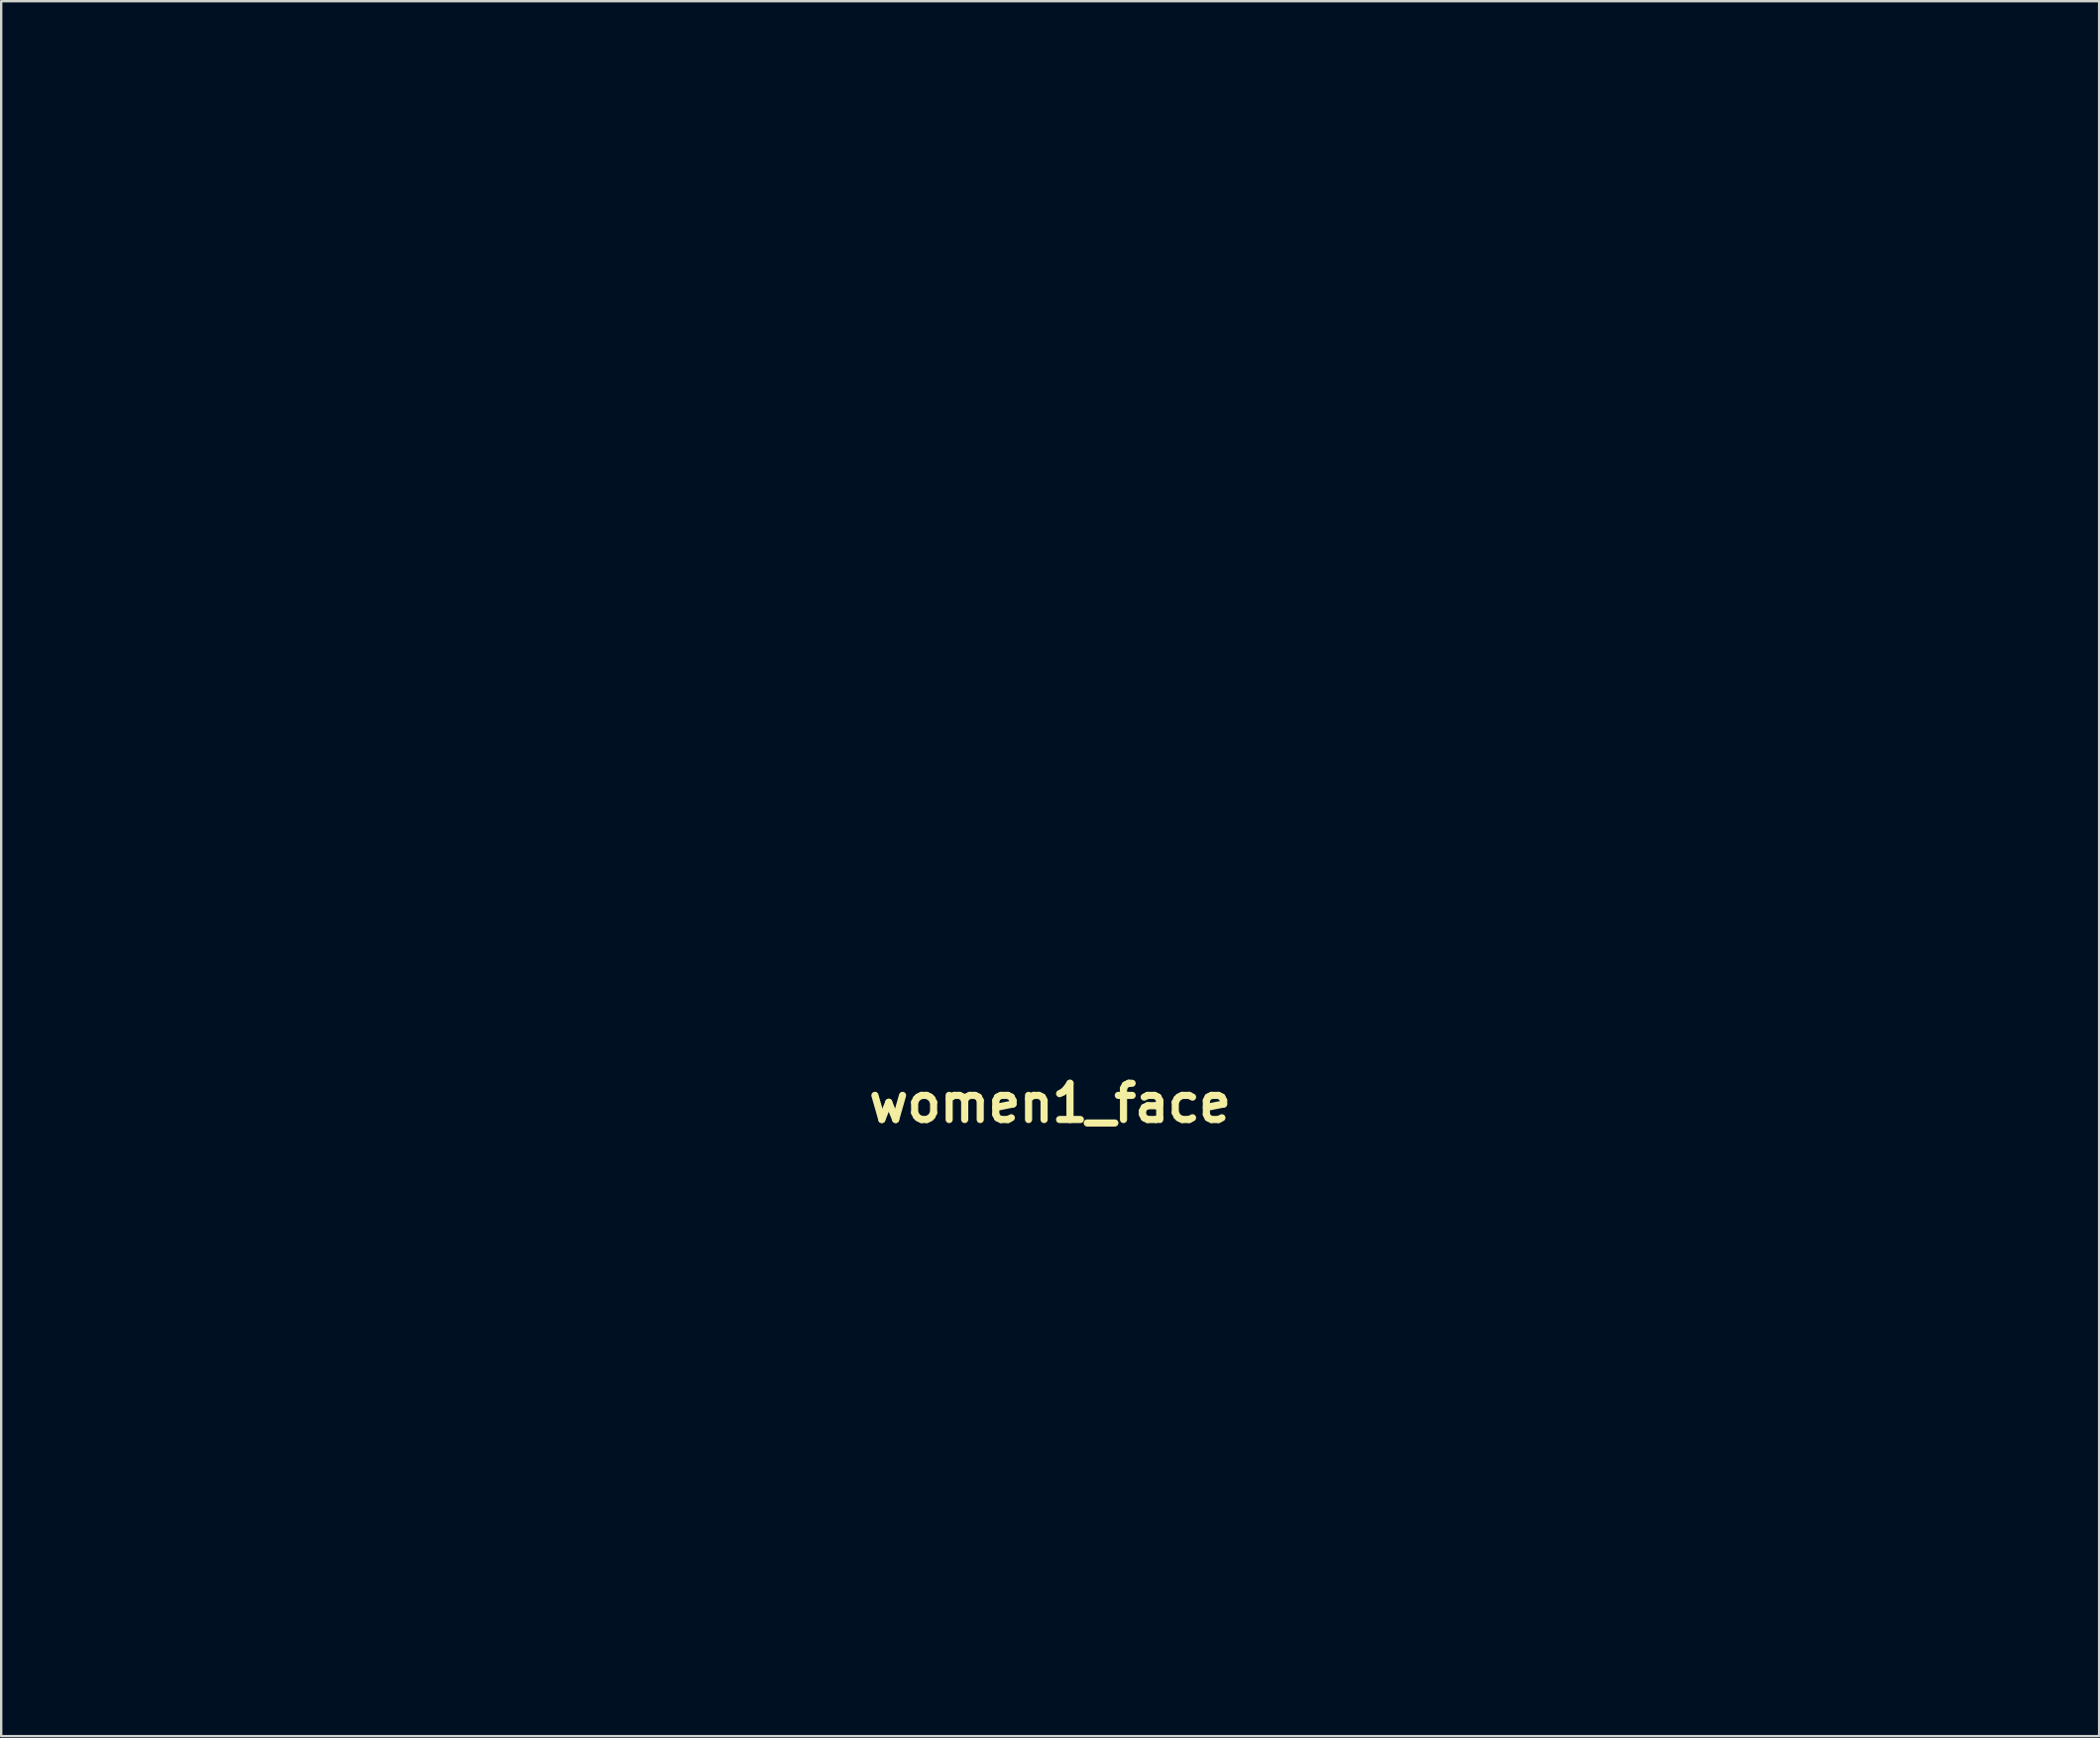
<source format=kicad_pcb>
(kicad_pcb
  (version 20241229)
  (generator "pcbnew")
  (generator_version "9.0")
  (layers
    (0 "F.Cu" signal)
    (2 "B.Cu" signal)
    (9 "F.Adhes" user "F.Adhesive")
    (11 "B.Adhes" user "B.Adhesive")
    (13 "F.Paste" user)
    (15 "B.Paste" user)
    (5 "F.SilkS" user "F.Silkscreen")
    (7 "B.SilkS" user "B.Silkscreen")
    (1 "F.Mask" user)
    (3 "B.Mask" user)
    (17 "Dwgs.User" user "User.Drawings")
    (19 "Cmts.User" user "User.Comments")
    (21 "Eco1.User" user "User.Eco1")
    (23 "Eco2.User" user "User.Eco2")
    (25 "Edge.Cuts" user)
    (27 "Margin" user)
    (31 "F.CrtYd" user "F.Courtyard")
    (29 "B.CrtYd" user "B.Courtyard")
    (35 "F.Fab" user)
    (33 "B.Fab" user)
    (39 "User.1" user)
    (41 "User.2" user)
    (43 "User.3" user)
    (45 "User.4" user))
  (footprint "women1_face"
    (layer "F.Cu")
    (at 41.101 43.336)
    (property "Reference" "women1_face" (at 0 0 0) (layer "F.SilkS") (effects (font (size 1.524 1.524) (thickness 0.3))))
    (attr through_hole)
    (fp_poly (pts (xy -12.285 -42.983) (xy -11.717 -42.245) (xy -11.144 -41.479) (xy -10.2 -40.403) (xy -9.017 -39.148) (xy -7.726 -37.847) (xy -6.459 -36.63) (xy -5.349 -35.632) (xy -4.527 -34.982) (xy -4.35 -34.871) (xy -2.263 -33.728) (xy -0.707 -32.9) (xy 0.382 -32.356) (xy 1.071 -32.063) (xy 1.425 -31.99) (xy 1.501 -32.03) (xy 1.646 -32.47) (xy 1.903 -33.428) (xy 2.228 -34.736) (xy 2.4 -35.461) (xy 2.751 -36.881) (xy 3.072 -38.034) (xy 3.314 -38.751) (xy 3.389 -38.893) (xy 3.731 -38.788) (xy 4.43 -38.281) (xy 5.36 -37.469) (xy 5.757 -37.091) (xy 7.762 -35.162) (xy 9.453 -33.608) (xy 10.993 -32.295) (xy 12.542 -31.087) (xy 14.263 -29.85) (xy 15.446 -29.037) (xy 16.979 -27.995) (xy 18.381 -27.039) (xy 19.514 -26.262) (xy 20.24 -25.761) (xy 20.323 -25.703) (xy 21.055 -25.249) (xy 21.554 -25.048) (xy 21.568 -25.047) (xy 22.04 -24.807) (xy 22.25 -24.593) (xy 22.703 -24.24) (xy 23.615 -23.67) (xy 24.827 -22.979) (xy 25.529 -22.601) (xy 26.981 -21.8) (xy 27.932 -21.142) (xy 28.504 -20.475) (xy 28.822 -19.651) (xy 29.009 -18.519) (xy 29.03 -18.344) (xy 29.254 -16.446) (xy 29.415 -15.143) (xy 29.53 -14.332) (xy 29.614 -13.907) (xy 29.681 -13.763) (xy 29.696 -13.758) (xy 30.042 -13.921) (xy 30.759 -14.328) (xy 31.08 -14.521) (xy 32.764 -15.17) (xy 34.672 -15.316) (xy 36.553 -14.97) (xy 38.025 -14.24) (xy 39.466 -12.862) (xy 40.469 -11.177) (xy 41.018 -9.325) (xy 41.099 -7.447) (xy 40.694 -5.683) (xy 39.788 -4.172) (xy 39.225 -3.623) (xy 37.892 -2.519) (xy 36.956 -1.776) (xy 36.268 -1.329) (xy 35.676 -1.113) (xy 35.032 -1.063) (xy 34.184 -1.115) (xy 33.544 -1.165) (xy 32.217 -1.273) (xy 31.093 -1.381) (xy 30.41 -1.466) (xy 30.398 -1.468) (xy 30.025 -1.433) (xy 29.733 -1.085) (xy 29.452 -0.29) (xy 29.159 0.882) (xy 28.774 2.407) (xy 28.341 3.914) (xy 28.003 4.939) (xy 27.58 6.124) (xy 27.215 7.202) (xy 27.121 7.495) (xy 26.701 8.48) (xy 26.112 9.489) (xy 26.111 9.49) (xy 25.638 10.236) (xy 25.405 10.728) (xy 25.4 10.764) (xy 25.209 11.17) (xy 24.616 11.924) (xy 23.588 13.062) (xy 22.093 14.622) (xy 21.397 15.331) (xy 18.498 17.856) (xy 15.368 19.804) (xy 12.111 21.114) (xy 11.957 21.159) (xy 10.59 21.579) (xy 9.318 22.019) (xy 8.524 22.339) (xy 7.323 22.738) (xy 5.631 23.092) (xy 3.642 23.375) (xy 1.553 23.558) (xy -0.441 23.613) (xy -0.443 23.613) (xy -1.957 23.508) (xy -3.822 23.247) (xy -5.729 22.876) (xy -6.35 22.729) (xy -8.744 22.085) (xy -10.866 21.431) (xy -12.61 20.805) (xy -13.868 20.244) (xy -14.443 19.876) (xy -15.019 19.486) (xy -15.283 19.403) (xy -15.903 19.163) (xy -16.884 18.512) (xy -18.114 17.547) (xy -19.479 16.369) (xy -20.868 15.076) (xy -22.17 13.769) (xy -23.271 12.546) (xy -23.844 11.818) (xy -25.012 10.177) (xy -25.814 8.967) (xy -26.245 8.202) (xy -6.854 8.202) (xy -6.539 8.97) (xy -5.73 9.864) (xy -4.58 10.782) (xy -3.246 11.62) (xy -1.88 12.275) (xy -0.638 12.641) (xy -0.172 12.685) (xy 0.795 12.585) (xy 2.005 12.323) (xy 2.456 12.194) (xy 3.61 11.698) (xy 4.792 10.972) (xy 5.861 10.134) (xy 6.674 9.302) (xy 7.09 8.597) (xy 7.099 8.306) (xy 6.688 7.885) (xy 5.97 8.025) (xy 5.028 8.705) (xy 4.891 8.833) (xy 3.072 10.162) (xy 1.103 10.83) (xy -0.921 10.836) (xy -2.906 10.179) (xy -4.658 8.952) (xy -5.691 8.126) (xy -6.431 7.784) (xy -6.814 7.947) (xy -6.854 8.202) (xy -26.245 8.202) (xy -26.318 8.072) (xy -26.596 7.38) (xy -26.603 7.357) (xy -26.988 6.369) (xy -27.278 5.816) (xy -27.644 5.066) (xy -28.109 3.911) (xy -28.601 2.559) (xy -29.047 1.217) (xy -29.377 0.093) (xy -29.456 -0.296) (xy -1.443 -0.296) (xy -1.407 0.157) (xy -1.302 0.285) (xy -0.541 0.658) (xy 0.361 0.616) (xy 0.983 0.234) (xy 1.13 -0.238) (xy 0.755 -0.818) (xy 0.572 -1.003) (xy -0.22 -1.768) (xy -0.966 -0.952) (xy -1.443 -0.296) (xy -29.456 -0.296) (xy -29.518 -0.606) (xy -29.519 -0.639) (xy -29.605 -0.929) (xy -29.947 -1.108) (xy -30.673 -1.201) (xy -31.91 -1.234) (xy -32.522 -1.236) (xy -34.608 -1.327) (xy -36.215 -1.656) (xy -37.53 -2.299) (xy -38.744 -3.334) (xy -39.409 -4.066) (xy -40.585 -5.898) (xy -41.096 -7.822) (xy -40.943 -9.768) (xy -40.616 -10.531) (xy -16.359 -10.531) (xy -16.22 -10.002) (xy -15.916 -9.712) (xy -15.148 -9.469) (xy -14.443 -9.9) (xy -13.843 -10.973) (xy -13.711 -11.347) (xy -13.031 -12.713) (xy -12.085 -13.443) (xy -10.898 -13.521) (xy -10.477 -13.408) (xy -9.289 -12.823) (xy -8.595 -11.94) (xy -8.266 -10.846) (xy -8.012 -10.047) (xy -7.54 -9.739) (xy -7.022 -9.701) (xy -6.331 -9.781) (xy -6.022 -10.162) (xy -5.913 -10.936) (xy -5.925 -11.026) (xy 6.291 -11.026) (xy 6.292 -10.091) (xy 6.316 -10.017) (xy 6.763 -9.64) (xy 7.353 -9.525) (xy 7.97 -9.676) (xy 8.463 -10.234) (xy 8.854 -11.032) (xy 9.652 -12.552) (xy 10.49 -13.437) (xy 11.436 -13.755) (xy 11.557 -13.758) (xy 12.426 -13.467) (xy 13.332 -12.74) (xy 14.064 -11.802) (xy 14.411 -10.873) (xy 14.416 -10.76) (xy 14.687 -9.99) (xy 15.329 -9.575) (xy 16.093 -9.578) (xy 16.725 -10.062) (xy 16.787 -10.17) (xy 16.904 -10.804) (xy 16.673 -11.742) (xy 16.324 -12.586) (xy 15.22 -14.356) (xy 13.784 -15.557) (xy 12.213 -16.115) (xy 11.243 -16.46) (xy 10.675 -17.206) (xy 10.624 -17.328) (xy 10.212 -18.04) (xy 9.79 -18.344) (xy 9.783 -18.344) (xy 9.119 -18.042) (xy 8.751 -17.291) (xy 8.773 -16.447) (xy 8.802 -15.715) (xy 8.421 -14.996) (xy 7.938 -14.454) (xy 7.204 -13.456) (xy 6.625 -12.23) (xy 6.291 -11.026) (xy -5.925 -11.026) (xy -6.095 -12.385) (xy -6.501 -13.305) (xy -7.278 -14.257) (xy -8.351 -15.165) (xy -9.495 -15.871) (xy -10.484 -16.216) (xy -10.65 -16.228) (xy -11.359 -16.545) (xy -11.944 -17.284) (xy -12.44 -17.997) (xy -12.877 -18.338) (xy -12.915 -18.342) (xy -13.52 -18.052) (xy -13.808 -17.358) (xy -13.734 -16.757) (xy -13.711 -16.172) (xy -14.077 -15.402) (xy -14.838 -14.376) (xy -15.516 -13.508) (xy -15.94 -12.902) (xy -16.02 -12.7) (xy -15.987 -12.402) (xy -16.126 -11.662) (xy -16.185 -11.434) (xy -16.359 -10.531) (xy -40.616 -10.531) (xy -40.129 -11.666) (xy -39.104 -12.995) (xy -37.722 -14.272) (xy -36.391 -15.017) (xy -34.896 -15.35) (xy -34.839 -15.355) (xy -33.452 -15.318) (xy -31.978 -15.021) (xy -30.693 -14.538) (xy -29.99 -14.069) (xy -29.26 -13.364) (xy -29.009 -16.119) (xy -28.873 -17.516) (xy -28.74 -18.692) (xy -28.637 -19.426) (xy -28.624 -19.491) (xy -28.395 -20.584) (xy -28.234 -21.504) (xy -28.086 -22.598) (xy -27.994 -23.366) (xy -27.818 -24.491) (xy -27.663 -25.107) (xy -15.622 -25.107) (xy -15.29 -24.828) (xy -14.468 -24.762) (xy -13.067 -24.882) (xy -13.043 -24.885) (xy -11.596 -25.038) (xy -10.178 -25.156) (xy -9.357 -25.202) (xy -8.103 -25.37) (xy -7.424 -25.745) (xy -7.36 -26.293) (xy -7.485 -26.47) (xy 7.619 -26.47) (xy 7.842 -25.988) (xy 8.697 -25.593) (xy 10.158 -25.304) (xy 10.682 -25.244) (xy 12.012 -25.077) (xy 13.152 -24.878) (xy 13.851 -24.692) (xy 14.644 -24.415) (xy 15.078 -24.497) (xy 15.418 -24.994) (xy 15.434 -25.024) (xy 15.705 -25.677) (xy 15.647 -26.145) (xy 15.163 -26.526) (xy 14.16 -26.919) (xy 13.338 -27.179) (xy 11.307 -27.656) (xy 9.708 -27.689) (xy 8.441 -27.275) (xy 8.053 -27.021) (xy 7.619 -26.47) (xy -7.485 -26.47) (xy -7.666 -26.725) (xy -8.46 -27.137) (xy -9.671 -27.316) (xy -11.115 -27.288) (xy -12.61 -27.078) (xy -13.97 -26.712) (xy -15.014 -26.216) (xy -15.552 -25.624) (xy -15.622 -25.107) (xy -27.663 -25.107) (xy -27.613 -25.301) (xy -27.47 -25.57) (xy -27.232 -25.992) (xy -26.94 -26.869) (xy -26.777 -27.498) (xy -26.449 -28.593) (xy -26.07 -29.421) (xy -25.885 -29.659) (xy -25.467 -30.239) (xy -25.4 -30.523) (xy -25.219 -31.036) (xy -24.748 -31.918) (xy -24.199 -32.808) (xy -23.57 -33.811) (xy -23.135 -34.589) (xy -22.997 -34.935) (xy -22.753 -35.335) (xy -22.164 -35.9) (xy -22.139 -35.92) (xy -21.54 -36.506) (xy -21.281 -36.96) (xy -21.281 -36.968) (xy -21.03 -37.371) (xy -20.359 -38.092) (xy -19.394 -39.019) (xy -18.259 -40.038) (xy -17.079 -41.038) (xy -15.979 -41.906) (xy -15.195 -42.458) (xy -13.931 -43.153) (xy -13.006 -43.331) (xy -12.285 -42.983)) (stroke (width 0.01) (type solid)) (fill yes) (layer "F.Mask")))
  (gr_rect
    (start -3 -3)
    (end 85.204 69.954)
    (stroke (width 0.1) (type default))
    (fill no)
    (layer "Edge.Cuts")))
</source>
